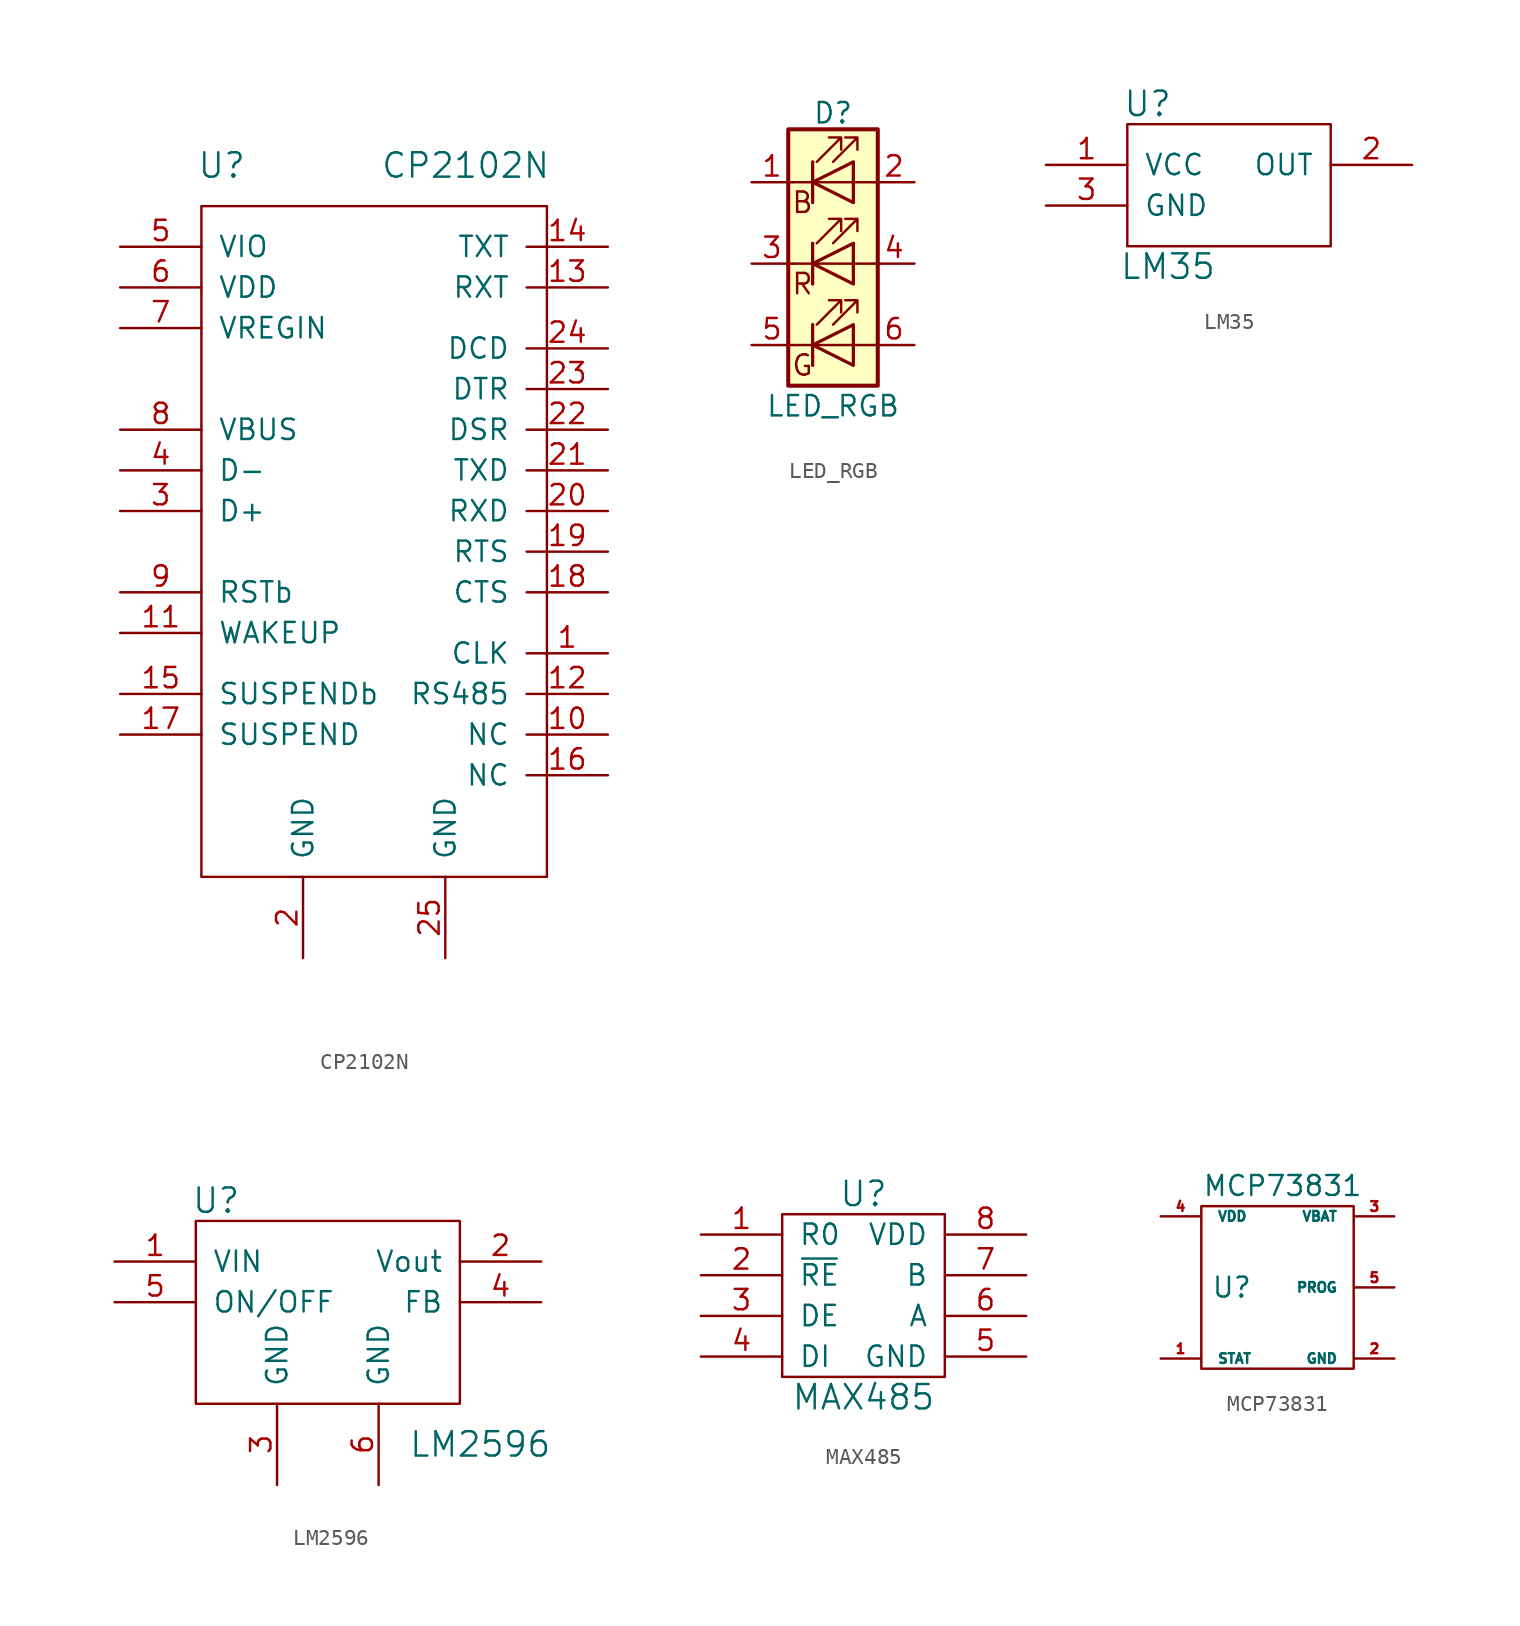
<source format=kicad_sym>
(kicad_symbol_lib
  (version 20211014)
  (generator kicad_symbol_editor)
  (symbol "CP2102N"
    (pin_names
      (offset 1.016))
    (property "Reference" "U"
      (at -8.89 44.45 0)
      (effects (font (size 1.524 1.524))))
    (property "Value" "CP2102N"
      (at 6.35 44.45 0)
      (effects (font (size 1.524 1.524))))
    (symbol "CP2102N_0_1"
      (rectangle (start -10.16 41.91) (end 11.43 0) (stroke (width 0) (type default) (color 0 0 0 0)) (fill (type none))))
    (symbol "CP2102N_1_1"
      (pin input line (at 15.24 13.97 180) (length 5.08) (name "CLK" (effects (font (size 1.27 1.27)))) (number "1" (effects (font (size 1.27 1.27)))))
      (pin input line (at 15.24 8.89 180) (length 5.08) (name "NC" (effects (font (size 1.27 1.27)))) (number "10" (effects (font (size 1.27 1.27)))))
      (pin input line (at -15.24 15.24 0) (length 5.08) (name "WAKEUP" (effects (font (size 1.27 1.27)))) (number "11" (effects (font (size 1.27 1.27)))))
      (pin input line (at 15.24 11.43 180) (length 5.08) (name "RS485" (effects (font (size 1.27 1.27)))) (number "12" (effects (font (size 1.27 1.27)))))
      (pin input line (at 15.24 36.83 180) (length 5.08) (name "RXT" (effects (font (size 1.27 1.27)))) (number "13" (effects (font (size 1.27 1.27)))))
      (pin input line (at 15.24 39.37 180) (length 5.08) (name "TXT" (effects (font (size 1.27 1.27)))) (number "14" (effects (font (size 1.27 1.27)))))
      (pin input line (at -15.24 11.43 0) (length 5.08) (name "SUSPENDb" (effects (font (size 1.27 1.27)))) (number "15" (effects (font (size 1.27 1.27)))))
      (pin input line (at 15.24 6.35 180) (length 5.08) (name "NC" (effects (font (size 1.27 1.27)))) (number "16" (effects (font (size 1.27 1.27)))))
      (pin input line (at -15.24 8.89 0) (length 5.08) (name "SUSPEND" (effects (font (size 1.27 1.27)))) (number "17" (effects (font (size 1.27 1.27)))))
      (pin input line (at 15.24 17.78 180) (length 5.08) (name "CTS" (effects (font (size 1.27 1.27)))) (number "18" (effects (font (size 1.27 1.27)))))
      (pin input line (at 15.24 20.32 180) (length 5.08) (name "RTS" (effects (font (size 1.27 1.27)))) (number "19" (effects (font (size 1.27 1.27)))))
      (pin input line (at -3.81 -5.08 90) (length 5.08) (name "GND" (effects (font (size 1.27 1.27)))) (number "2" (effects (font (size 1.27 1.27)))))
      (pin input line (at 15.24 22.86 180) (length 5.08) (name "RXD" (effects (font (size 1.27 1.27)))) (number "20" (effects (font (size 1.27 1.27)))))
      (pin input line (at 15.24 25.4 180) (length 5.08) (name "TXD" (effects (font (size 1.27 1.27)))) (number "21" (effects (font (size 1.27 1.27)))))
      (pin input line (at 15.24 27.94 180) (length 5.08) (name "DSR" (effects (font (size 1.27 1.27)))) (number "22" (effects (font (size 1.27 1.27)))))
      (pin input line (at 15.24 30.48 180) (length 5.08) (name "DTR" (effects (font (size 1.27 1.27)))) (number "23" (effects (font (size 1.27 1.27)))))
      (pin input line (at 15.24 33.02 180) (length 5.08) (name "DCD" (effects (font (size 1.27 1.27)))) (number "24" (effects (font (size 1.27 1.27)))))
      (pin input line (at 5.08 -5.08 90) (length 5.08) (name "GND" (effects (font (size 1.27 1.27)))) (number "25" (effects (font (size 1.27 1.27)))))
      (pin input line (at -15.24 22.86 0) (length 5.08) (name "D+" (effects (font (size 1.27 1.27)))) (number "3" (effects (font (size 1.27 1.27)))))
      (pin input line (at -15.24 25.4 0) (length 5.08) (name "D-" (effects (font (size 1.27 1.27)))) (number "4" (effects (font (size 1.27 1.27)))))
      (pin input line (at -15.24 39.37 0) (length 5.08) (name "VIO" (effects (font (size 1.27 1.27)))) (number "5" (effects (font (size 1.27 1.27)))))
      (pin input line (at -15.24 36.83 0) (length 5.08) (name "VDD" (effects (font (size 1.27 1.27)))) (number "6" (effects (font (size 1.27 1.27)))))
      (pin input line (at -15.24 34.29 0) (length 5.08) (name "VREGIN" (effects (font (size 1.27 1.27)))) (number "7" (effects (font (size 1.27 1.27)))))
      (pin input line (at -15.24 27.94 0) (length 5.08) (name "VBUS" (effects (font (size 1.27 1.27)))) (number "8" (effects (font (size 1.27 1.27)))))
      (pin input line (at -15.24 17.78 0) (length 5.08) (name "RSTb" (effects (font (size 1.27 1.27)))) (number "9" (effects (font (size 1.27 1.27)))))))
  (symbol "LED_RGB"
    (pin_names
      (offset 0) hide)
    (property "Reference" "D"
      (at 0 9.398 0)
      (effects (font (size 1.27 1.27))))
    (property "Value" "LED_RGB"
      (at 0 -8.89 0)
      (effects (font (size 1.27 1.27))))
    (symbol "LED_RGB_0_0"
      (text "B" (at -1.905 3.81 0) (effects (font (size 1.27 1.27))))
      (text "G" (at -1.905 -6.35 0) (effects (font (size 1.27 1.27))))
      (text "R" (at -1.905 -1.27 0) (effects (font (size 1.27 1.27)))))
    (symbol "LED_RGB_0_1"
      (polyline (pts (xy -1.27 -5.08) (xy -2.54 -5.08)) (stroke (width 0) (type default) (color 0 0 0 0)) (fill (type none)))
      (polyline (pts (xy -1.27 -5.08) (xy 1.27 -5.08)) (stroke (width 0) (type default) (color 0 0 0 0)) (fill (type none)))
      (polyline (pts (xy -1.27 -3.81) (xy -1.27 -6.35)) (stroke (width 0) (type default) (color 0 0 0 0)) (fill (type none)))
      (polyline (pts (xy -1.27 -3.81) (xy -1.27 -6.35)) (stroke (width 0.203) (type default) (color 0 0 0 0)) (fill (type none)))
      (polyline (pts (xy -1.27 0) (xy -2.54 0)) (stroke (width 0) (type default) (color 0 0 0 0)) (fill (type none)))
      (polyline (pts (xy -1.27 1.27) (xy -1.27 -1.27)) (stroke (width 0.203) (type default) (color 0 0 0 0)) (fill (type none)))
      (polyline (pts (xy -1.27 5.08) (xy -2.54 5.08)) (stroke (width 0) (type default) (color 0 0 0 0)) (fill (type none)))
      (polyline (pts (xy -1.27 5.08) (xy 1.27 5.08)) (stroke (width 0) (type default) (color 0 0 0 0)) (fill (type none)))
      (polyline (pts (xy -1.27 6.35) (xy -1.27 3.81)) (stroke (width 0.203) (type default) (color 0 0 0 0)) (fill (type none)))
      (polyline (pts (xy 1.27 -5.08) (xy 2.54 -5.08)) (stroke (width 0) (type default) (color 0 0 0 0)) (fill (type none)))
      (polyline (pts (xy 1.27 0) (xy -1.27 0)) (stroke (width 0) (type default) (color 0 0 0 0)) (fill (type none)))
      (polyline (pts (xy 1.27 0) (xy 2.54 0)) (stroke (width 0) (type default) (color 0 0 0 0)) (fill (type none)))
      (polyline (pts (xy 1.27 5.08) (xy 2.54 5.08)) (stroke (width 0) (type default) (color 0 0 0 0)) (fill (type none)))
      (polyline (pts (xy -1.27 1.27) (xy -1.27 -1.27) (xy -1.27 -1.27)) (stroke (width 0) (type default) (color 0 0 0 0)) (fill (type none)))
      (polyline (pts (xy -1.27 6.35) (xy -1.27 3.81) (xy -1.27 3.81)) (stroke (width 0) (type default) (color 0 0 0 0)) (fill (type none)))
      (polyline (pts (xy 1.27 -3.81) (xy 1.27 -6.35) (xy -1.27 -5.08) (xy 1.27 -3.81)) (stroke (width 0.203) (type default) (color 0 0 0 0)) (fill (type none)))
      (polyline (pts (xy 1.27 1.27) (xy 1.27 -1.27) (xy -1.27 0) (xy 1.27 1.27)) (stroke (width 0.203) (type default) (color 0 0 0 0)) (fill (type none)))
      (polyline (pts (xy 1.27 6.35) (xy 1.27 3.81) (xy -1.27 5.08) (xy 1.27 6.35)) (stroke (width 0.203) (type default) (color 0 0 0 0)) (fill (type none)))
      (polyline (pts (xy -1.016 -3.81) (xy 0.508 -2.286) (xy -0.254 -2.286) (xy 0.508 -2.286) (xy 0.508 -3.048)) (stroke (width 0) (type default) (color 0 0 0 0)) (fill (type none)))
      (polyline (pts (xy -1.016 1.27) (xy 0.508 2.794) (xy -0.254 2.794) (xy 0.508 2.794) (xy 0.508 2.032)) (stroke (width 0) (type default) (color 0 0 0 0)) (fill (type none)))
      (polyline (pts (xy -1.016 6.35) (xy 0.508 7.874) (xy -0.254 7.874) (xy 0.508 7.874) (xy 0.508 7.112)) (stroke (width 0) (type default) (color 0 0 0 0)) (fill (type none)))
      (polyline (pts (xy 0 -3.81) (xy 1.524 -2.286) (xy 0.762 -2.286) (xy 1.524 -2.286) (xy 1.524 -3.048)) (stroke (width 0) (type default) (color 0 0 0 0)) (fill (type none)))
      (polyline (pts (xy 0 1.27) (xy 1.524 2.794) (xy 0.762 2.794) (xy 1.524 2.794) (xy 1.524 2.032)) (stroke (width 0) (type default) (color 0 0 0 0)) (fill (type none)))
      (polyline (pts (xy 0 6.35) (xy 1.524 7.874) (xy 0.762 7.874) (xy 1.524 7.874) (xy 1.524 7.112)) (stroke (width 0) (type default) (color 0 0 0 0)) (fill (type none)))
      (rectangle (start 1.27 -1.27) (end 1.27 1.27) (stroke (width 0) (type default) (color 0 0 0 0)) (fill (type none)))
      (rectangle (start 1.27 1.27) (end 1.27 1.27) (stroke (width 0) (type default) (color 0 0 0 0)) (fill (type none)))
      (rectangle (start 1.27 3.81) (end 1.27 6.35) (stroke (width 0) (type default) (color 0 0 0 0)) (fill (type none)))
      (rectangle (start 1.27 6.35) (end 1.27 6.35) (stroke (width 0) (type default) (color 0 0 0 0)) (fill (type none)))
      (rectangle (start 2.794 8.382) (end -2.794 -7.62) (stroke (width 0.254) (type default) (color 0 0 0 0)) (fill (type background))))
    (symbol "LED_RGB_1_1"
      (pin passive line (at -5.08 5.08 0) (length 2.54) (name "RK" (effects (font (size 1.27 1.27)))) (number "1" (effects (font (size 1.27 1.27)))))
      (pin passive line (at 5.08 5.08 180) (length 2.54) (name "GK" (effects (font (size 1.27 1.27)))) (number "2" (effects (font (size 1.27 1.27)))))
      (pin passive line (at -5.08 0 0) (length 2.54) (name "BK" (effects (font (size 1.27 1.27)))) (number "3" (effects (font (size 1.27 1.27)))))
      (pin passive line (at 5.08 0 180) (length 2.54) (name "BA" (effects (font (size 1.27 1.27)))) (number "4" (effects (font (size 1.27 1.27)))))
      (pin passive line (at -5.08 -5.08 0) (length 2.54) (name "GA" (effects (font (size 1.27 1.27)))) (number "5" (effects (font (size 1.27 1.27)))))
      (pin passive line (at 5.08 -5.08 180) (length 2.54) (name "RA" (effects (font (size 1.27 1.27)))) (number "6" (effects (font (size 1.27 1.27)))))))
  (symbol "LM35"
    (pin_names
      (offset 1.016))
    (property "Reference" "U"
      (at -5.08 5.08 0)
      (effects (font (size 1.524 1.524))))
    (property "Value" "LM35"
      (at -3.81 -5.08 0)
      (effects (font (size 1.524 1.524))))
    (property "Footprint" ""
      (at 0 0 0)
      (effects (font (size 1.524 1.524))))
    (property "Datasheet" ""
      (at 0 0 0)
      (effects (font (size 1.524 1.524))))
    (symbol "LM35_0_1"
      (rectangle (start -6.35 3.81) (end 6.35 -3.81) (stroke (width 0) (type default) (color 0 0 0 0)) (fill (type none))))
    (symbol "LM35_1_1"
      (pin power_in line (at -11.43 1.27 0) (length 5.08) (name "VCC" (effects (font (size 1.27 1.27)))) (number "1" (effects (font (size 1.27 1.27)))))
      (pin output line (at 11.43 1.27 180) (length 5.08) (name "OUT" (effects (font (size 1.27 1.27)))) (number "2" (effects (font (size 1.27 1.27)))))
      (pin power_in line (at -11.43 -1.27 0) (length 5.08) (name "GND" (effects (font (size 1.27 1.27)))) (number "3" (effects (font (size 1.27 1.27)))))))
  (symbol "LM2596"
    (pin_names
      (offset 1.016))
    (property "Reference" "U"
      (at -7.62 8.89 0)
      (effects (font (size 1.524 1.524))))
    (property "Value" "LM2596"
      (at 8.89 -6.35 0)
      (effects (font (size 1.524 1.524))))
    (symbol "LM2596_0_1"
      (rectangle (start -8.89 7.62) (end 7.62 -3.81) (stroke (width 0) (type default) (color 0 0 0 0)) (fill (type none))))
    (symbol "LM2596_1_1"
      (pin power_in line (at -13.97 5.08 0) (length 5.08) (name "VIN" (effects (font (size 1.27 1.27)))) (number "1" (effects (font (size 1.27 1.27)))))
      (pin power_out line (at 12.7 5.08 180) (length 5.08) (name "Vout" (effects (font (size 1.27 1.27)))) (number "2" (effects (font (size 1.27 1.27)))))
      (pin power_out line (at -3.81 -8.89 90) (length 5.08) (name "GND" (effects (font (size 1.27 1.27)))) (number "3" (effects (font (size 1.27 1.27)))))
      (pin input line (at 12.7 2.54 180) (length 5.08) (name "FB" (effects (font (size 1.27 1.27)))) (number "4" (effects (font (size 1.27 1.27)))))
      (pin input line (at -13.97 2.54 0) (length 5.08) (name "ON/OFF" (effects (font (size 1.27 1.27)))) (number "5" (effects (font (size 1.27 1.27)))))
      (pin power_out line (at 2.54 -8.89 90) (length 5.08) (name "GND" (effects (font (size 1.27 1.27)))) (number "6" (effects (font (size 1.27 1.27)))))))
  (symbol "MAX485"
    (pin_names
      (offset 1.016))
    (property "Reference" "U"
      (at 4.445 15.24 0)
      (effects (font (size 1.524 1.524))))
    (property "Value" "MAX485"
      (at 4.445 2.54 0)
      (effects (font (size 1.524 1.524))))
    (symbol "MAX485_0_1"
      (rectangle (start 9.525 13.97) (end -0.635 3.81) (stroke (width 0) (type default) (color 0 0 0 0)) (fill (type none))))
    (symbol "MAX485_1_1"
      (pin input line (at -5.715 12.7 0) (length 5.08) (name "R0" (effects (font (size 1.27 1.27)))) (number "1" (effects (font (size 1.27 1.27)))))
      (pin input line (at -5.715 10.16 0) (length 5.08) (name "~{RE}" (effects (font (size 1.27 1.27)))) (number "2" (effects (font (size 1.27 1.27)))))
      (pin input line (at -5.715 7.62 0) (length 5.08) (name "DE" (effects (font (size 1.27 1.27)))) (number "3" (effects (font (size 1.27 1.27)))))
      (pin input line (at -5.715 5.08 0) (length 5.08) (name "DI" (effects (font (size 1.27 1.27)))) (number "4" (effects (font (size 1.27 1.27)))))
      (pin input line (at 14.605 5.08 180) (length 5.08) (name "GND" (effects (font (size 1.27 1.27)))) (number "5" (effects (font (size 1.27 1.27)))))
      (pin input line (at 14.605 7.62 180) (length 5.08) (name "A" (effects (font (size 1.27 1.27)))) (number "6" (effects (font (size 1.27 1.27)))))
      (pin input line (at 14.605 10.16 180) (length 5.08) (name "B" (effects (font (size 1.27 1.27)))) (number "7" (effects (font (size 1.27 1.27)))))
      (pin input line (at 14.605 12.7 180) (length 5.08) (name "VDD" (effects (font (size 1.27 1.27)))) (number "8" (effects (font (size 1.27 1.27)))))))
  (symbol "MCP73831"
    (pin_names
      (offset 1.016))
    (property "Reference" "U"
      (at -2.54 0.635 0)
      (effects (font (size 1.245 1.245))))
    (property "Value" "MCP73831"
      (at 0.635 6.985 0)
      (effects (font (size 1.245 1.245))))
    (symbol "MCP73831_0_1"
      (rectangle (start 5.08 5.715) (end -4.445 -4.445) (stroke (width 0) (type default) (color 0 0 0 0)) (fill (type none))))
    (symbol "MCP73831_1_1"
      (pin input line (at -6.985 -3.81 0) (length 2.489) (name "STAT" (effects (font (size 0.61 0.61)))) (number "1" (effects (font (size 0.61 0.61)))))
      (pin input line (at 7.62 -3.81 180) (length 2.489) (name "GND" (effects (font (size 0.61 0.61)))) (number "2" (effects (font (size 0.61 0.61)))))
      (pin input line (at 7.62 5.08 180) (length 2.489) (name "VBAT" (effects (font (size 0.61 0.61)))) (number "3" (effects (font (size 0.61 0.61)))))
      (pin input line (at -6.985 5.08 0) (length 2.489) (name "VDD" (effects (font (size 0.61 0.61)))) (number "4" (effects (font (size 0.61 0.61)))))
      (pin input line (at 7.62 0.635 180) (length 2.489) (name "PROG" (effects (font (size 0.61 0.61)))) (number "5" (effects (font (size 0.61 0.61))))))))
</source>
